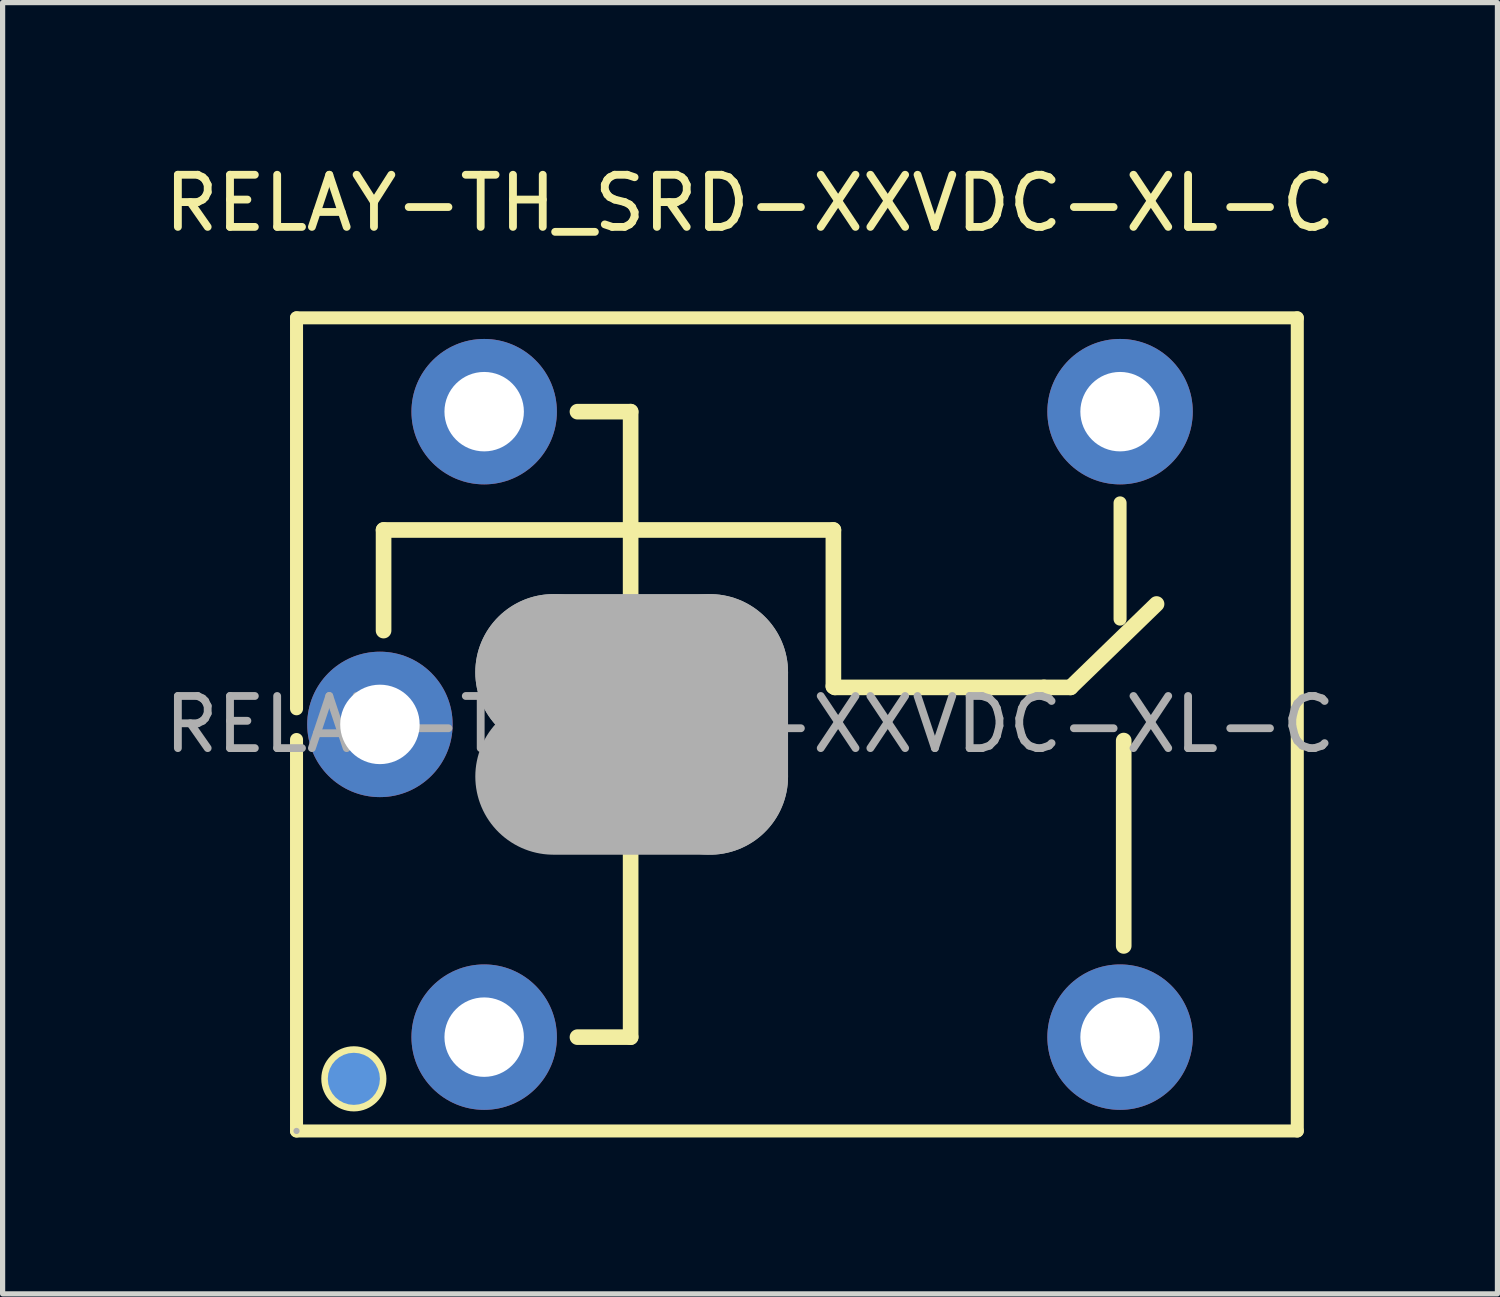
<source format=kicad_pcb>
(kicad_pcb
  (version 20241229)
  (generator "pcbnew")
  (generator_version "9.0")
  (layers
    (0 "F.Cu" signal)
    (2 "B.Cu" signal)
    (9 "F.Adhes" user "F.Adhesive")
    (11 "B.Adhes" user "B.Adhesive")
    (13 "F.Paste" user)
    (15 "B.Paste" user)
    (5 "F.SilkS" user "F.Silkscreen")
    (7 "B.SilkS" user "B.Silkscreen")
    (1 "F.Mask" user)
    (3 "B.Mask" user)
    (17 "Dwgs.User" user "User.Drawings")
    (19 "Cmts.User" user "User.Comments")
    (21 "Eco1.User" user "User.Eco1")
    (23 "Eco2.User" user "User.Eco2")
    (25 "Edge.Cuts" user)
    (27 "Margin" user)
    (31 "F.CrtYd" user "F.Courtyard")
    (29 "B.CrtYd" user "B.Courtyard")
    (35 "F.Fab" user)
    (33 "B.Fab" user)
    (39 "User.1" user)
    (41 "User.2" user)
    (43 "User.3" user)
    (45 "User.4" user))
  (footprint "RELAY-TH_SRD-XXVDC-XL-C"
    (layer "F.Cu")
    (at 11.339 10.848)
    (property "Reference" "RELAY-TH_SRD-XXVDC-XL-C" (at 0 -10 0) (layer "F.SilkS") (effects (font (size 1 1) (thickness 0.15))))
    (attr smd)
    (fp_line (start -8.7 -7.8) (end -8.7 -0.3) (stroke (width 0.25) (type solid)) (layer "F.SilkS"))
    (fp_line (start -8.7 0.29) (end -8.7 7.8) (stroke (width 0.25) (type solid)) (layer "F.SilkS"))
    (fp_line (start -7.03 -3.73) (end 1.6 -3.73) (stroke (width 0.3) (type solid)) (layer "F.SilkS"))
    (fp_line (start -7.03 -1.8) (end -7.03 -3.73) (stroke (width 0.3) (type solid)) (layer "F.SilkS"))
    (fp_line (start -2.29 -6) (end -3.31 -6) (stroke (width 0.3) (type solid)) (layer "F.SilkS"))
    (fp_line (start -2.29 -1.05) (end -2.29 -6) (stroke (width 0.3) (type solid)) (layer "F.SilkS"))
    (fp_line (start -2.29 6) (end -3.31 6) (stroke (width 0.3) (type solid)) (layer "F.SilkS"))
    (fp_line (start -2.29 6) (end -2.29 1.05) (stroke (width 0.3) (type solid)) (layer "F.SilkS"))
    (fp_line (start 1.6 -3.73) (end 1.6 -0.73) (stroke (width 0.3) (type solid)) (layer "F.SilkS"))
    (fp_line (start 1.6 -0.73) (end 1.63 -0.71) (stroke (width 0.3) (type solid)) (layer "F.SilkS"))
    (fp_line (start 1.63 -0.71) (end 5.64 -0.71) (stroke (width 0.3) (type solid)) (layer "F.SilkS"))
    (fp_line (start 5.64 -0.71) (end 6.15 -0.71) (stroke (width 0.3) (type solid)) (layer "F.SilkS"))
    (fp_line (start 6.15 -0.71) (end 7.8 -2.31) (stroke (width 0.3) (type solid)) (layer "F.SilkS"))
    (fp_line (start 7.1 -4.25) (end 7.1 -2.02) (stroke (width 0.25) (type solid)) (layer "F.SilkS"))
    (fp_line (start 7.17 4.25) (end 7.17 0.31) (stroke (width 0.3) (type solid)) (layer "F.SilkS"))
    (fp_line (start 10.5 -7.8) (end -8.7 -7.8) (stroke (width 0.25) (type solid)) (layer "F.SilkS"))
    (fp_line (start 10.5 7.8) (end -8.7 7.8) (stroke (width 0.25) (type solid)) (layer "F.SilkS"))
    (fp_line (start 10.5 7.8) (end 10.5 -7.8) (stroke (width 0.25) (type solid)) (layer "F.SilkS"))
    (fp_circle (center -7.6 6.8) (end -7.1 6.8) (stroke (width 0.25) (type solid)) (fill no) (layer "F.SilkS"))
    (fp_circle (center -7.6 6.8) (end -7.35 6.8) (stroke (width 0.5) (type solid)) (fill no) (layer "Cmts.User"))
    (fp_line (start -3.77 -1) (end -3.77 -1) (stroke (width 3) (type solid)) (layer "F.Fab"))
    (fp_line (start -3.77 -1) (end -0.77 -1) (stroke (width 3) (type solid)) (layer "F.Fab"))
    (fp_line (start -0.77 -1) (end -0.77 1) (stroke (width 3) (type solid)) (layer "F.Fab"))
    (fp_line (start -0.77 1) (end -3.77 1) (stroke (width 3) (type solid)) (layer "F.Fab"))
    (fp_circle (center -8.7 7.8) (end -8.67 7.8) (stroke (width 0.06) (type solid)) (fill no) (layer "F.Fab"))
    (fp_circle (center -5.1 -6) (end -4.95 -6) (stroke (width 0.3) (type solid)) (fill no) (layer "F.Fab"))
    (fp_circle (center -5.1 6) (end -4.95 6) (stroke (width 0.3) (type solid)) (fill no) (layer "F.Fab"))
    (fp_text user "${REFERENCE}" (at 0 0 0) (layer "F.Fab") (effects (font (size 1 1) (thickness 0.15))))
    (pad "1" thru_hole circle (at -5.1 6 180) (size 2.79 2.79) (drill 1.524) (layers "*.Cu" "*.Paste" "*.Mask"))
    (pad "2" thru_hole circle (at 7.1 6 180) (size 2.79 2.79) (drill 1.524) (layers "*.Cu" "*.Paste" "*.Mask"))
    (pad "3" thru_hole circle (at 7.1 -6 180) (size 2.79 2.79) (drill 1.524) (layers "*.Cu" "*.Paste" "*.Mask"))
    (pad "4" thru_hole circle (at -5.1 -6 180) (size 2.79 2.79) (drill 1.524) (layers "*.Cu" "*.Paste" "*.Mask"))
    (pad "5" thru_hole circle (at -7.1 0 180) (size 2.79 2.79) (drill 1.524) (layers "*.Cu" "*.Paste" "*.Mask")))
  (gr_rect
    (start -3 -3)
    (end 25.679 21.773)
    (stroke (width 0.1) (type default))
    (fill no)
    (layer "Edge.Cuts")))
</source>
